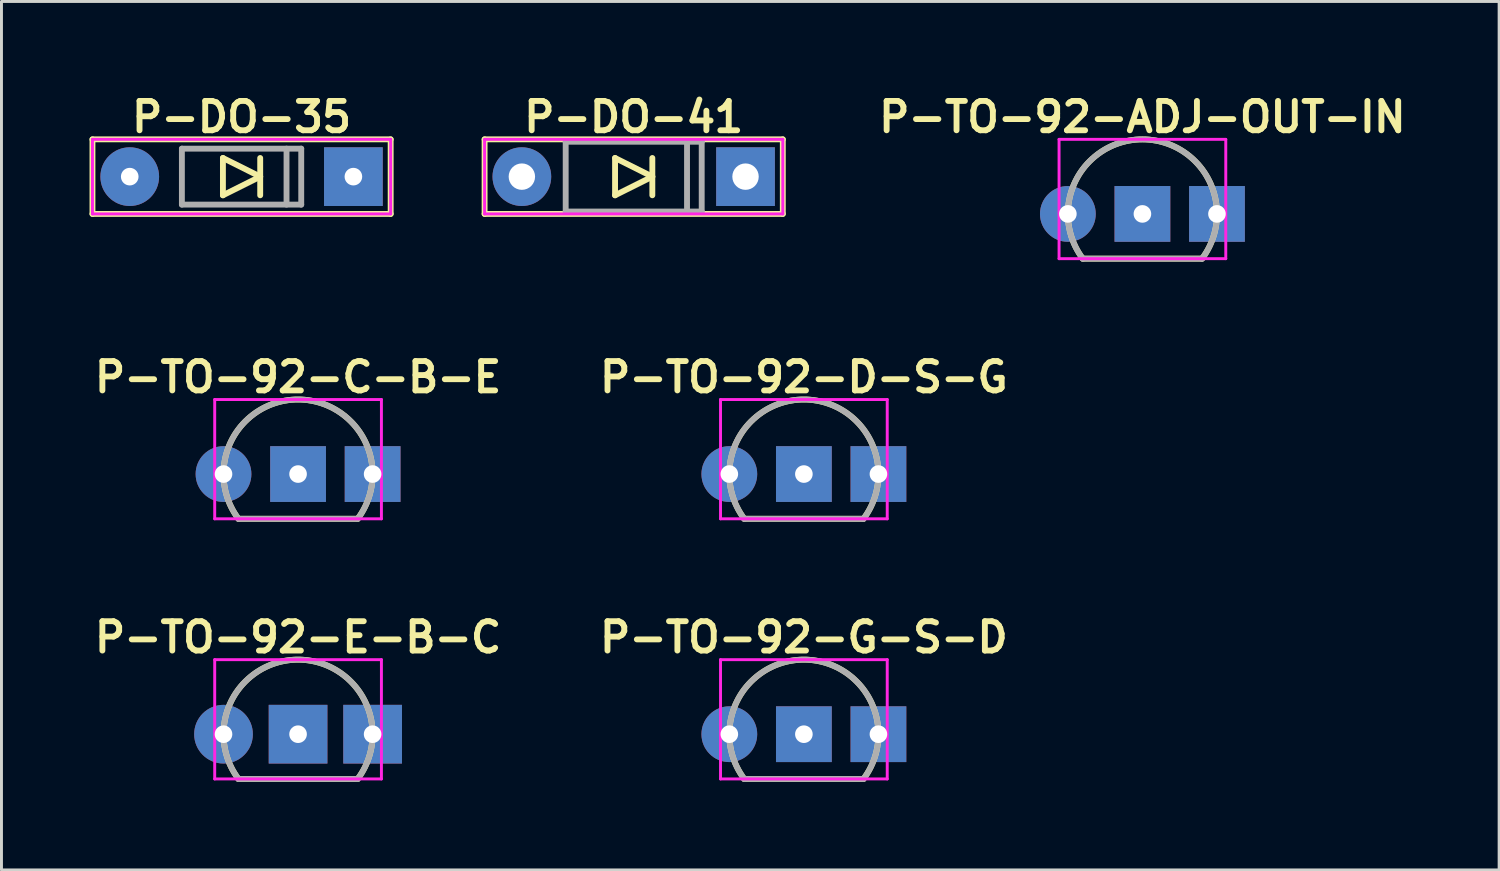
<source format=kicad_pcb>
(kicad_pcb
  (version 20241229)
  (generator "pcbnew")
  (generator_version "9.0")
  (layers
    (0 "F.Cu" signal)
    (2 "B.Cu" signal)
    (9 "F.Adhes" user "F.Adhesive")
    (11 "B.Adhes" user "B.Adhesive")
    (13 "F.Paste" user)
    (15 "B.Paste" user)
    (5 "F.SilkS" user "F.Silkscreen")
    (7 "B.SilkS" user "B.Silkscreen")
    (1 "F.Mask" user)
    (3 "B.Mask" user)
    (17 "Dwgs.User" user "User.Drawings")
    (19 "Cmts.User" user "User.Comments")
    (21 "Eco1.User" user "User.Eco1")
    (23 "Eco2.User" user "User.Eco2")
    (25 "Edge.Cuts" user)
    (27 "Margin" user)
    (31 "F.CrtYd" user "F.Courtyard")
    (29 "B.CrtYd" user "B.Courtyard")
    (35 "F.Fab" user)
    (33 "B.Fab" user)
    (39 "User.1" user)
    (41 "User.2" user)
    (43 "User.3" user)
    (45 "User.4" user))
  (footprint "P-TO-92-D-S-G"
    (layer "F.Cu")
    (at 24.338 13.101)
    (property "Reference" "P-TO-92-D-S-G" (at 0 -3.302 0) (layer "F.SilkS") (effects (font (size 1 1) (thickness 0.2))))
    (attr through_hole)
    (fp_line (start -2.031 1.525) (end 2.031 1.525) (stroke (width 0.2) (type solid)) (layer "F.SilkS"))
    (fp_arc (start -2.03125 1.525) (mid 0 -2.54) (end 2.03125 1.525) (stroke (width 0.2) (type solid)) (layer "F.SilkS"))
    (fp_line (start -2.84 -2.54) (end -2.84 1.525) (stroke (width 0.1) (type solid)) (layer "F.CrtYd"))
    (fp_line (start -2.84 -2.54) (end 2.84 -2.54) (stroke (width 0.1) (type solid)) (layer "F.CrtYd"))
    (fp_line (start -2.84 1.525) (end 2.84 1.525) (stroke (width 0.1) (type solid)) (layer "F.CrtYd"))
    (fp_line (start 2.84 -2.54) (end 2.84 1.525) (stroke (width 0.1) (type solid)) (layer "F.CrtYd"))
    (fp_line (start -2.031 1.525) (end 2.031 1.525) (stroke (width 0.2) (type solid)) (layer "F.Fab"))
    (fp_arc (start -2.03125 1.525) (mid 0.000084 -2.54) (end 2.031149 1.525135) (stroke (width 0.2) (type solid)) (layer "F.Fab"))
    (pad "D" thru_hole circle (at -2.54 0) (size 1.9 1.9) (drill 0.6) (layers "B.Cu" "B.Mask"))
    (pad "G" thru_hole rect (at 2.54 0) (size 1.9 1.9) (drill 0.6) (layers "B.Cu" "B.Mask"))
    (pad "S" thru_hole rect (at 0 0) (size 1.9 1.9) (drill 0.6) (layers "B.Cu" "B.Mask")))
  (footprint "P-TO-92-G-S-D"
    (layer "F.Cu")
    (at 24.338 21.964)
    (property "Reference" "P-TO-92-G-S-D" (at 0 -3.302 0) (layer "F.SilkS") (effects (font (size 1 1) (thickness 0.2))))
    (attr through_hole)
    (fp_line (start -2.031 1.525) (end 2.031 1.525) (stroke (width 0.2) (type solid)) (layer "F.SilkS"))
    (fp_arc (start -2.03125 1.525) (mid 0 -2.54) (end 2.03125 1.525) (stroke (width 0.2) (type solid)) (layer "F.SilkS"))
    (fp_line (start -2.84 -2.54) (end -2.84 1.525) (stroke (width 0.1) (type solid)) (layer "F.CrtYd"))
    (fp_line (start -2.84 -2.54) (end 2.84 -2.54) (stroke (width 0.1) (type solid)) (layer "F.CrtYd"))
    (fp_line (start -2.84 1.525) (end 2.84 1.525) (stroke (width 0.1) (type solid)) (layer "F.CrtYd"))
    (fp_line (start 2.84 -2.54) (end 2.84 1.525) (stroke (width 0.1) (type solid)) (layer "F.CrtYd"))
    (fp_line (start -2.031 1.525) (end 2.031 1.525) (stroke (width 0.2) (type solid)) (layer "F.Fab"))
    (fp_arc (start -2.03125 1.525) (mid 0.000084 -2.54) (end 2.031149 1.525135) (stroke (width 0.2) (type solid)) (layer "F.Fab"))
    (pad "D" thru_hole rect (at 2.54 0) (size 1.9 1.9) (drill 0.6) (layers "B.Cu" "B.Mask"))
    (pad "G" thru_hole circle (at -2.54 0) (size 1.9 1.9) (drill 0.6) (layers "B.Cu" "B.Mask"))
    (pad "S" thru_hole rect (at 0 0) (size 1.9 1.9) (drill 0.6) (layers "B.Cu" "B.Mask")))
  (footprint "P-TO-92-ADJ-OUT-IN"
    (layer "F.Cu")
    (at 35.872 4.238)
    (property "Reference" "P-TO-92-ADJ-OUT-IN" (at 0 -3.302 0) (layer "F.SilkS") (effects (font (size 1 1) (thickness 0.2))))
    (attr through_hole)
    (fp_line (start -2.031 1.525) (end 2.031 1.525) (stroke (width 0.2) (type solid)) (layer "F.SilkS"))
    (fp_arc (start -2.03125 1.525) (mid 0 -2.54) (end 2.03125 1.525) (stroke (width 0.2) (type solid)) (layer "F.SilkS"))
    (fp_line (start -2.84 -2.54) (end -2.84 1.525) (stroke (width 0.1) (type solid)) (layer "F.CrtYd"))
    (fp_line (start -2.84 -2.54) (end 2.84 -2.54) (stroke (width 0.1) (type solid)) (layer "F.CrtYd"))
    (fp_line (start -2.84 1.525) (end 2.84 1.525) (stroke (width 0.1) (type solid)) (layer "F.CrtYd"))
    (fp_line (start 2.84 -2.54) (end 2.84 1.525) (stroke (width 0.1) (type solid)) (layer "F.CrtYd"))
    (fp_line (start -2.031 1.525) (end 2.031 1.525) (stroke (width 0.2) (type solid)) (layer "F.Fab"))
    (fp_arc (start -2.03125 1.525) (mid 0.000084 -2.54) (end 2.031149 1.525135) (stroke (width 0.2) (type solid)) (layer "F.Fab"))
    (pad "ADJ" thru_hole circle (at -2.54 0) (size 1.9 1.9) (drill 0.6) (layers "B.Cu" "B.Mask"))
    (pad "IN" thru_hole rect (at 2.54 0) (size 1.9 1.9) (drill 0.6) (layers "B.Cu" "B.Mask"))
    (pad "OUT" thru_hole rect (at 0 0) (size 1.9 1.9) (drill 0.6) (layers "B.Cu" "B.Mask")))
  (footprint "P-TO-92-E-B-C"
    (layer "F.Cu")
    (at 7.105 21.964)
    (property "Reference" "P-TO-92-E-B-C" (at 0 -3.302 0) (layer "F.SilkS") (effects (font (size 1 1) (thickness 0.2))))
    (attr through_hole)
    (fp_line (start -2.031 1.525) (end 2.031 1.525) (stroke (width 0.2) (type solid)) (layer "F.SilkS"))
    (fp_arc (start -2.03125 1.525) (mid 0 -2.54) (end 2.03125 1.525) (stroke (width 0.2) (type solid)) (layer "F.SilkS"))
    (fp_line (start -2.84 -2.54) (end -2.84 1.525) (stroke (width 0.1) (type solid)) (layer "F.CrtYd"))
    (fp_line (start -2.84 -2.54) (end 2.84 -2.54) (stroke (width 0.1) (type solid)) (layer "F.CrtYd"))
    (fp_line (start -2.84 1.525) (end 2.84 1.525) (stroke (width 0.1) (type solid)) (layer "F.CrtYd"))
    (fp_line (start 2.84 -2.54) (end 2.84 1.525) (stroke (width 0.1) (type solid)) (layer "F.CrtYd"))
    (fp_line (start -2.031 1.525) (end 2.031 1.525) (stroke (width 0.2) (type solid)) (layer "F.Fab"))
    (fp_arc (start -2.03125 1.525) (mid 0.000084 -2.54) (end 2.031149 1.525135) (stroke (width 0.2) (type solid)) (layer "F.Fab"))
    (pad "B" thru_hole rect (at 0 0) (size 2 2) (drill 0.6) (layers "B.Cu" "B.Mask"))
    (pad "C" thru_hole rect (at 2.54 0) (size 2 2) (drill 0.6) (layers "B.Cu" "B.Mask"))
    (pad "E" thru_hole circle (at -2.54 0) (size 2 2) (drill 0.6) (layers "B.Cu" "B.Mask")))
  (footprint "P-DO-41"
    (layer "F.Cu")
    (at 18.54 2.968)
    (property "Reference" "P-DO-41" (at 0 -2.032 0) (layer "F.SilkS") (effects (font (size 1 1) (thickness 0.2))))
    (attr through_hole)
    (fp_line (start -5.08 -1.27) (end -5.08 1.27) (stroke (width 0.2) (type solid)) (layer "F.SilkS"))
    (fp_line (start -5.08 -1.27) (end 5.08 -1.27) (stroke (width 0.2) (type solid)) (layer "F.SilkS"))
    (fp_line (start -5.08 1.27) (end 5.08 1.27) (stroke (width 0.2) (type solid)) (layer "F.SilkS"))
    (fp_line (start -0.635 -0.635) (end -0.635 0.635) (stroke (width 0.2) (type solid)) (layer "F.SilkS"))
    (fp_line (start -0.635 -0.635) (end 0.635 0) (stroke (width 0.2) (type solid)) (layer "F.SilkS"))
    (fp_line (start -0.635 0.635) (end 0.635 0) (stroke (width 0.2) (type solid)) (layer "F.SilkS"))
    (fp_line (start 0.635 -0.635) (end 0.635 0.635) (stroke (width 0.2) (type solid)) (layer "F.SilkS"))
    (fp_line (start 5.08 -1.27) (end 5.08 1.27) (stroke (width 0.2) (type solid)) (layer "F.SilkS"))
    (fp_line (start -5.08 -1.27) (end 5.08 -1.27) (stroke (width 0.1) (type solid)) (layer "F.CrtYd"))
    (fp_line (start -5.08 1.27) (end -5.08 -1.27) (stroke (width 0.1) (type solid)) (layer "F.CrtYd"))
    (fp_line (start 5.08 -1.27) (end 5.08 1.27) (stroke (width 0.1) (type solid)) (layer "F.CrtYd"))
    (fp_line (start 5.08 1.27) (end -5.08 1.27) (stroke (width 0.1) (type solid)) (layer "F.CrtYd"))
    (fp_line (start -2.317 -1.188) (end -2.317 1.188) (stroke (width 0.2) (type solid)) (layer "F.Fab"))
    (fp_line (start -2.317 -1.188) (end 2.317 -1.188) (stroke (width 0.2) (type solid)) (layer "F.Fab"))
    (fp_line (start -2.317 1.188) (end 2.317 1.188) (stroke (width 0.2) (type solid)) (layer "F.Fab"))
    (fp_line (start 1.817 -1.188) (end 1.817 1.188) (stroke (width 0.2) (type solid)) (layer "F.Fab"))
    (fp_line (start 2.317 -1.188) (end 2.317 1.188) (stroke (width 0.2) (type solid)) (layer "F.Fab"))
    (pad "A" thru_hole circle (at -3.81 0) (size 2 2) (drill 0.9) (layers "B.Cu" "B.Mask"))
    (pad "C" thru_hole rect (at 3.81 0) (size 2 2) (drill 0.9) (layers "B.Cu" "B.Mask")))
  (footprint "P-TO-92-C-B-E"
    (layer "F.Cu")
    (at 7.105 13.101)
    (property "Reference" "P-TO-92-C-B-E" (at 0 -3.302 0) (layer "F.SilkS") (effects (font (size 1 1) (thickness 0.2))))
    (attr through_hole)
    (fp_line (start -2.031 1.525) (end 2.031 1.525) (stroke (width 0.2) (type solid)) (layer "F.SilkS"))
    (fp_arc (start -2.03125 1.525) (mid 0 -2.54) (end 2.03125 1.525) (stroke (width 0.2) (type solid)) (layer "F.SilkS"))
    (fp_line (start -2.84 -2.54) (end -2.84 1.525) (stroke (width 0.1) (type solid)) (layer "F.CrtYd"))
    (fp_line (start -2.84 -2.54) (end 2.84 -2.54) (stroke (width 0.1) (type solid)) (layer "F.CrtYd"))
    (fp_line (start -2.84 1.525) (end 2.84 1.525) (stroke (width 0.1) (type solid)) (layer "F.CrtYd"))
    (fp_line (start 2.84 -2.54) (end 2.84 1.525) (stroke (width 0.1) (type solid)) (layer "F.CrtYd"))
    (fp_line (start -2.031 1.525) (end 2.031 1.525) (stroke (width 0.2) (type solid)) (layer "F.Fab"))
    (fp_arc (start -2.03125 1.525) (mid 0.000084 -2.54) (end 2.031149 1.525135) (stroke (width 0.2) (type solid)) (layer "F.Fab"))
    (pad "B" thru_hole rect (at 0 0) (size 1.9 1.9) (drill 0.6) (layers "B.Cu" "B.Mask"))
    (pad "C" thru_hole circle (at -2.54 0) (size 1.9 1.9) (drill 0.6) (layers "B.Cu" "B.Mask"))
    (pad "E" thru_hole rect (at 2.54 0) (size 1.9 1.9) (drill 0.6) (layers "B.Cu" "B.Mask")))
  (footprint "P-DO-35"
    (layer "F.Cu")
    (at 5.18 2.968)
    (property "Reference" "P-DO-35" (at 0 -2.032 0) (layer "F.SilkS") (effects (font (size 1 1) (thickness 0.2))))
    (attr through_hole)
    (fp_line (start -5.08 -1.27) (end -5.08 1.27) (stroke (width 0.2) (type solid)) (layer "F.SilkS"))
    (fp_line (start -5.08 -1.27) (end 5.08 -1.27) (stroke (width 0.2) (type solid)) (layer "F.SilkS"))
    (fp_line (start -5.08 1.27) (end 5.08 1.27) (stroke (width 0.2) (type solid)) (layer "F.SilkS"))
    (fp_line (start -0.635 -0.635) (end -0.635 0.635) (stroke (width 0.2) (type solid)) (layer "F.SilkS"))
    (fp_line (start -0.635 -0.635) (end 0.635 0) (stroke (width 0.2) (type solid)) (layer "F.SilkS"))
    (fp_line (start -0.635 0.635) (end 0.635 0) (stroke (width 0.2) (type solid)) (layer "F.SilkS"))
    (fp_line (start 0.635 -0.635) (end 0.635 0.635) (stroke (width 0.2) (type solid)) (layer "F.SilkS"))
    (fp_line (start 5.08 -1.27) (end 5.08 1.27) (stroke (width 0.2) (type solid)) (layer "F.SilkS"))
    (fp_line (start -5.08 -1.27) (end 5.08 -1.27) (stroke (width 0.1) (type solid)) (layer "F.CrtYd"))
    (fp_line (start -5.08 1.27) (end -5.08 -1.27) (stroke (width 0.1) (type solid)) (layer "F.CrtYd"))
    (fp_line (start 5.08 -1.27) (end 5.08 1.27) (stroke (width 0.1) (type solid)) (layer "F.CrtYd"))
    (fp_line (start 5.08 1.27) (end -5.08 1.27) (stroke (width 0.1) (type solid)) (layer "F.CrtYd"))
    (fp_line (start -2.033 -0.953) (end -2.033 0.953) (stroke (width 0.2) (type solid)) (layer "F.Fab"))
    (fp_line (start -2.033 -0.953) (end 2.033 -0.953) (stroke (width 0.2) (type solid)) (layer "F.Fab"))
    (fp_line (start -2.033 0.953) (end 2.033 0.953) (stroke (width 0.2) (type solid)) (layer "F.Fab"))
    (fp_line (start 1.532 -0.953) (end 1.532 0.953) (stroke (width 0.2) (type solid)) (layer "F.Fab"))
    (fp_line (start 2.033 -0.953) (end 2.033 0.953) (stroke (width 0.2) (type solid)) (layer "F.Fab"))
    (pad "A" thru_hole circle (at -3.81 0) (size 2 2) (drill 0.6) (layers "B.Cu" "B.Mask"))
    (pad "C" thru_hole rect (at 3.81 0) (size 2 2) (drill 0.6) (layers "B.Cu" "B.Mask")))
  (gr_rect
    (start -3 -3)
    (end 48.025 26.589)
    (stroke (width 0.1) (type default))
    (fill no)
    (layer "Edge.Cuts")))
</source>
